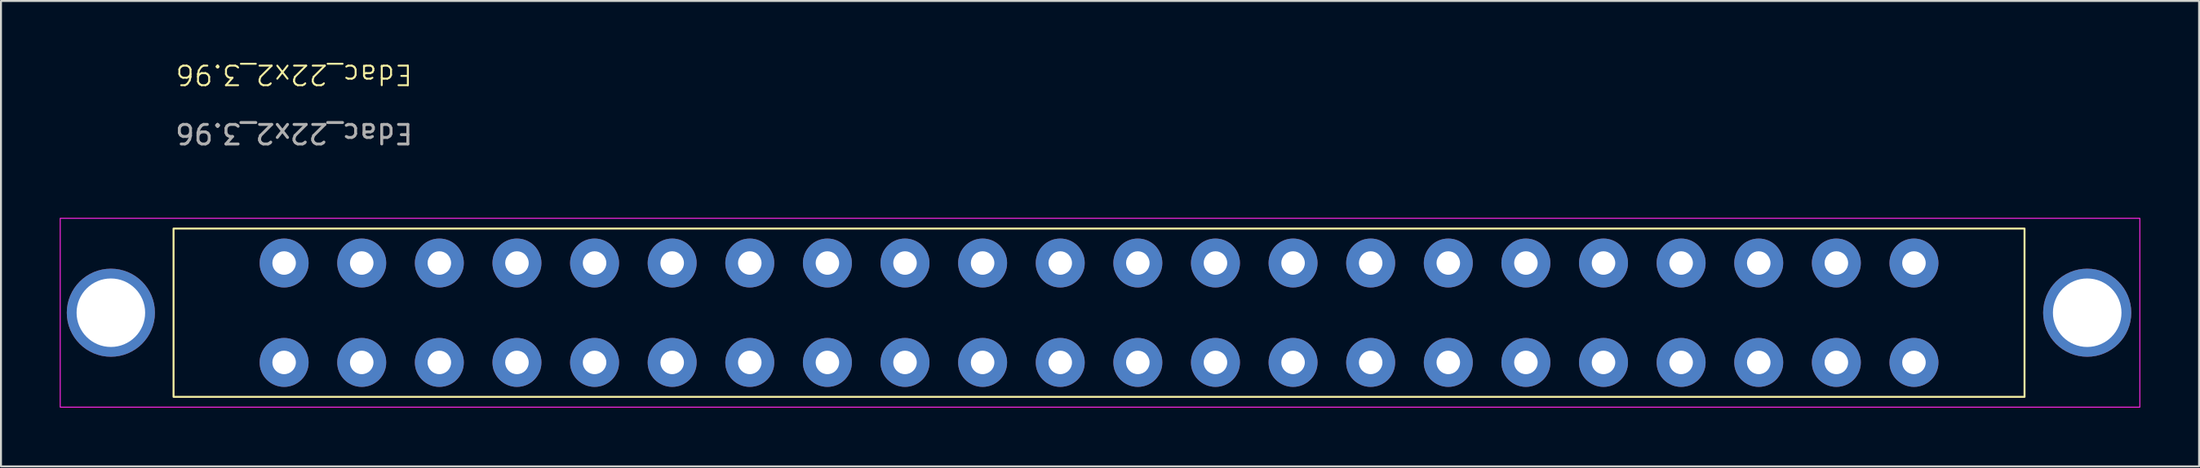
<source format=kicad_pcb>
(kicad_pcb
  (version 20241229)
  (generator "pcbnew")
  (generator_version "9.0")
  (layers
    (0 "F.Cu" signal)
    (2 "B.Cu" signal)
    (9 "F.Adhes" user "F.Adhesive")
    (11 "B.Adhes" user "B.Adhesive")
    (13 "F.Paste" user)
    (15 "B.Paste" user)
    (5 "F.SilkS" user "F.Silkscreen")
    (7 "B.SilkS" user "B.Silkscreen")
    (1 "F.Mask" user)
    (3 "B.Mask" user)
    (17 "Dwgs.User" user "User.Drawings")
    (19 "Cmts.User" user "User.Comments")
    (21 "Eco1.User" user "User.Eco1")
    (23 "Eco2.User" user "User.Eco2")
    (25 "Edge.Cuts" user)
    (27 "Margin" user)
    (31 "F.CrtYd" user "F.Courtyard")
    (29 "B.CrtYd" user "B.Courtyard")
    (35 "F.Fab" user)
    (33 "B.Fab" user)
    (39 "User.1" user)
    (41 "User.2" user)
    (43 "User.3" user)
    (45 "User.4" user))
  (footprint "Edac_22x2_3.96"
    (layer "F.Cu")
    (at 11.455 15.469)
    (property "Reference" "Edac_22x2_3.96" (at 0.508 -14.708 180) (unlocked yes) (layer "F.SilkS") (effects (font (size 1 1) (thickness 0.1))))
    (attr through_hole)
    (fp_rect (start -5.645 -6.84) (end 88.855 1.76) (stroke (width 0.1) (type default)) (fill no) (layer "F.SilkS"))
    (fp_rect (start -11.43 -7.366) (end 94.742 2.286) (stroke (width 0.05) (type default)) (fill no) (layer "F.CrtYd"))
    (fp_text user "${REFERENCE}" (at 0.508 -11.708 180) (unlocked yes) (layer "F.Fab") (effects (font (size 1 1) (thickness 0.15))))
    (pad "" thru_hole circle (at -8.845 -2.54) (size 4.5 4.5) (drill 3.5) (layers "*.Cu" "*.Mask"))
    (pad "" thru_hole circle (at 92.055 -2.54) (size 4.5 4.5) (drill 3.5) (layers "*.Cu" "*.Mask"))
    (pad "1a" thru_hole circle (at 0 0) (size 2.5 2.5) (drill 1.2) (layers "*.Cu" "*.Mask"))
    (pad "1b" thru_hole circle (at 0 -5.08) (size 2.5 2.5) (drill 1.2) (layers "*.Cu" "*.Mask"))
    (pad "2a" thru_hole circle (at 3.962 0) (size 2.5 2.5) (drill 1.2) (layers "*.Cu" "*.Mask"))
    (pad "2b" thru_hole circle (at 3.962 -5.08) (size 2.5 2.5) (drill 1.2) (layers "*.Cu" "*.Mask"))
    (pad "3a" thru_hole circle (at 7.925 0) (size 2.5 2.5) (drill 1.2) (layers "*.Cu" "*.Mask"))
    (pad "3b" thru_hole circle (at 7.925 -5.08) (size 2.5 2.5) (drill 1.2) (layers "*.Cu" "*.Mask"))
    (pad "4a" thru_hole circle (at 11.887 0) (size 2.5 2.5) (drill 1.2) (layers "*.Cu" "*.Mask"))
    (pad "4b" thru_hole circle (at 11.887 -5.08) (size 2.5 2.5) (drill 1.2) (layers "*.Cu" "*.Mask"))
    (pad "5a" thru_hole circle (at 15.85 0) (size 2.5 2.5) (drill 1.2) (layers "*.Cu" "*.Mask"))
    (pad "5b" thru_hole circle (at 15.85 -5.08) (size 2.5 2.5) (drill 1.2) (layers "*.Cu" "*.Mask"))
    (pad "6a" thru_hole circle (at 19.812 0) (size 2.5 2.5) (drill 1.2) (layers "*.Cu" "*.Mask"))
    (pad "6b" thru_hole circle (at 19.812 -5.08) (size 2.5 2.5) (drill 1.2) (layers "*.Cu" "*.Mask"))
    (pad "7a" thru_hole circle (at 23.774 0) (size 2.5 2.5) (drill 1.2) (layers "*.Cu" "*.Mask"))
    (pad "7b" thru_hole circle (at 23.774 -5.08) (size 2.5 2.5) (drill 1.2) (layers "*.Cu" "*.Mask"))
    (pad "8a" thru_hole circle (at 27.737 0) (size 2.5 2.5) (drill 1.2) (layers "*.Cu" "*.Mask"))
    (pad "8b" thru_hole circle (at 27.737 -5.08) (size 2.5 2.5) (drill 1.2) (layers "*.Cu" "*.Mask"))
    (pad "9a" thru_hole circle (at 31.699 0) (size 2.5 2.5) (drill 1.2) (layers "*.Cu" "*.Mask"))
    (pad "9b" thru_hole circle (at 31.699 -5.08) (size 2.5 2.5) (drill 1.2) (layers "*.Cu" "*.Mask"))
    (pad "10a" thru_hole circle (at 35.661 0) (size 2.5 2.5) (drill 1.2) (layers "*.Cu" "*.Mask"))
    (pad "10b" thru_hole circle (at 35.661 -5.08) (size 2.5 2.5) (drill 1.2) (layers "*.Cu" "*.Mask"))
    (pad "11a" thru_hole circle (at 39.624 0) (size 2.5 2.5) (drill 1.2) (layers "*.Cu" "*.Mask"))
    (pad "11b" thru_hole circle (at 39.624 -5.08) (size 2.5 2.5) (drill 1.2) (layers "*.Cu" "*.Mask"))
    (pad "12a" thru_hole circle (at 43.586 0) (size 2.5 2.5) (drill 1.2) (layers "*.Cu" "*.Mask"))
    (pad "12b" thru_hole circle (at 43.586 -5.08) (size 2.5 2.5) (drill 1.2) (layers "*.Cu" "*.Mask"))
    (pad "13a" thru_hole circle (at 47.549 0) (size 2.5 2.5) (drill 1.2) (layers "*.Cu" "*.Mask"))
    (pad "13b" thru_hole circle (at 47.549 -5.08) (size 2.5 2.5) (drill 1.2) (layers "*.Cu" "*.Mask"))
    (pad "14a" thru_hole circle (at 51.511 0) (size 2.5 2.5) (drill 1.2) (layers "*.Cu" "*.Mask"))
    (pad "14b" thru_hole circle (at 51.511 -5.08) (size 2.5 2.5) (drill 1.2) (layers "*.Cu" "*.Mask"))
    (pad "15a" thru_hole circle (at 55.473 0) (size 2.5 2.5) (drill 1.2) (layers "*.Cu" "*.Mask"))
    (pad "15b" thru_hole circle (at 55.473 -5.08) (size 2.5 2.5) (drill 1.2) (layers "*.Cu" "*.Mask"))
    (pad "16a" thru_hole circle (at 59.436 0) (size 2.5 2.5) (drill 1.2) (layers "*.Cu" "*.Mask"))
    (pad "16b" thru_hole circle (at 59.436 -5.08) (size 2.5 2.5) (drill 1.2) (layers "*.Cu" "*.Mask"))
    (pad "17a" thru_hole circle (at 63.398 0) (size 2.5 2.5) (drill 1.2) (layers "*.Cu" "*.Mask"))
    (pad "17b" thru_hole circle (at 63.398 -5.08) (size 2.5 2.5) (drill 1.2) (layers "*.Cu" "*.Mask"))
    (pad "18a" thru_hole circle (at 67.36 0) (size 2.5 2.5) (drill 1.2) (layers "*.Cu" "*.Mask"))
    (pad "18b" thru_hole circle (at 67.36 -5.08) (size 2.5 2.5) (drill 1.2) (layers "*.Cu" "*.Mask"))
    (pad "19a" thru_hole circle (at 71.323 0) (size 2.5 2.5) (drill 1.2) (layers "*.Cu" "*.Mask"))
    (pad "19b" thru_hole circle (at 71.323 -5.08) (size 2.5 2.5) (drill 1.2) (layers "*.Cu" "*.Mask"))
    (pad "20a" thru_hole circle (at 75.285 0) (size 2.5 2.5) (drill 1.2) (layers "*.Cu" "*.Mask"))
    (pad "20b" thru_hole circle (at 75.285 -5.08) (size 2.5 2.5) (drill 1.2) (layers "*.Cu" "*.Mask"))
    (pad "21a" thru_hole circle (at 79.248 0) (size 2.5 2.5) (drill 1.2) (layers "*.Cu" "*.Mask"))
    (pad "21b" thru_hole circle (at 79.248 -5.08) (size 2.5 2.5) (drill 1.2) (layers "*.Cu" "*.Mask"))
    (pad "22a" thru_hole circle (at 83.21 0) (size 2.5 2.5) (drill 1.2) (layers "*.Cu" "*.Mask"))
    (pad "22b" thru_hole circle (at 83.21 -5.08) (size 2.5 2.5) (drill 1.2) (layers "*.Cu" "*.Mask")))
  (gr_rect
    (start -3 -3)
    (end 109.222 20.779)
    (stroke (width 0.1) (type default))
    (fill no)
    (layer "Edge.Cuts")))
</source>
